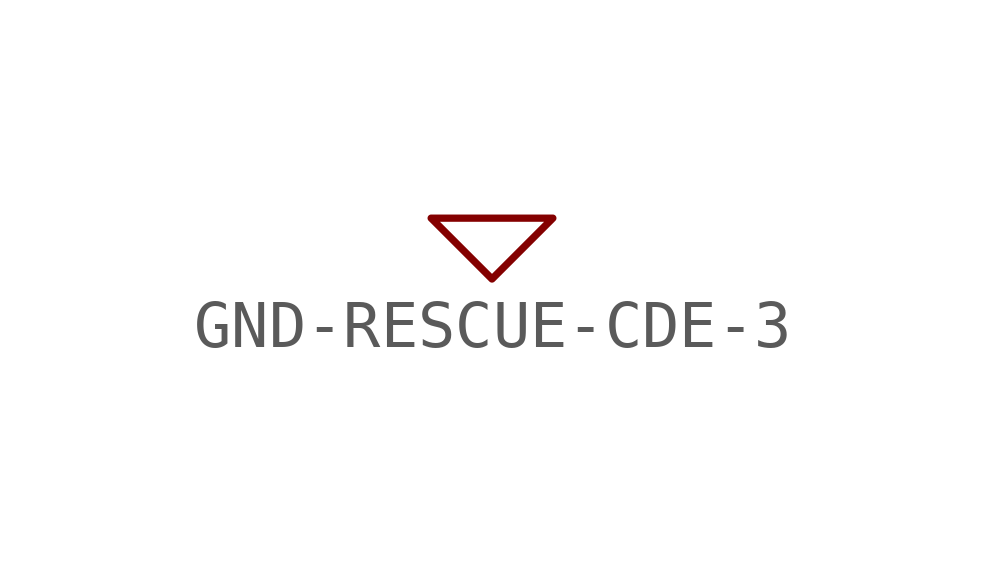
<source format=kicad_sym>
(kicad_symbol_lib
  (version 20241209)
  (generator "kicad_symbol_editor")
  (generator_version "9.0")
  (symbol "GND-RESCUE-CDE-3"
    (power)
    (pin_names
      (offset 0))
    (property "Reference" "#PWR"
      (at 0 0 0)
      (effects (font (size 0.762 0.762)) (hide yes)))
    (symbol "GND-RESCUE-CDE-3_0_1"
      (polyline (pts (xy -1.27 0) (xy 0 -1.27) (xy 1.27 0) (xy -1.27 0)) (stroke (width 0) (type solid)) (fill (type none))))
    (symbol "GND-RESCUE-CDE-3_1_1"
      (pin power_in line (at 0 0 90) (length 0) (hide yes) (name "GND" (effects (font (size 0.762 0.762)))) (number "1" (effects (font (size 0.762 0.762))))))))
</source>
